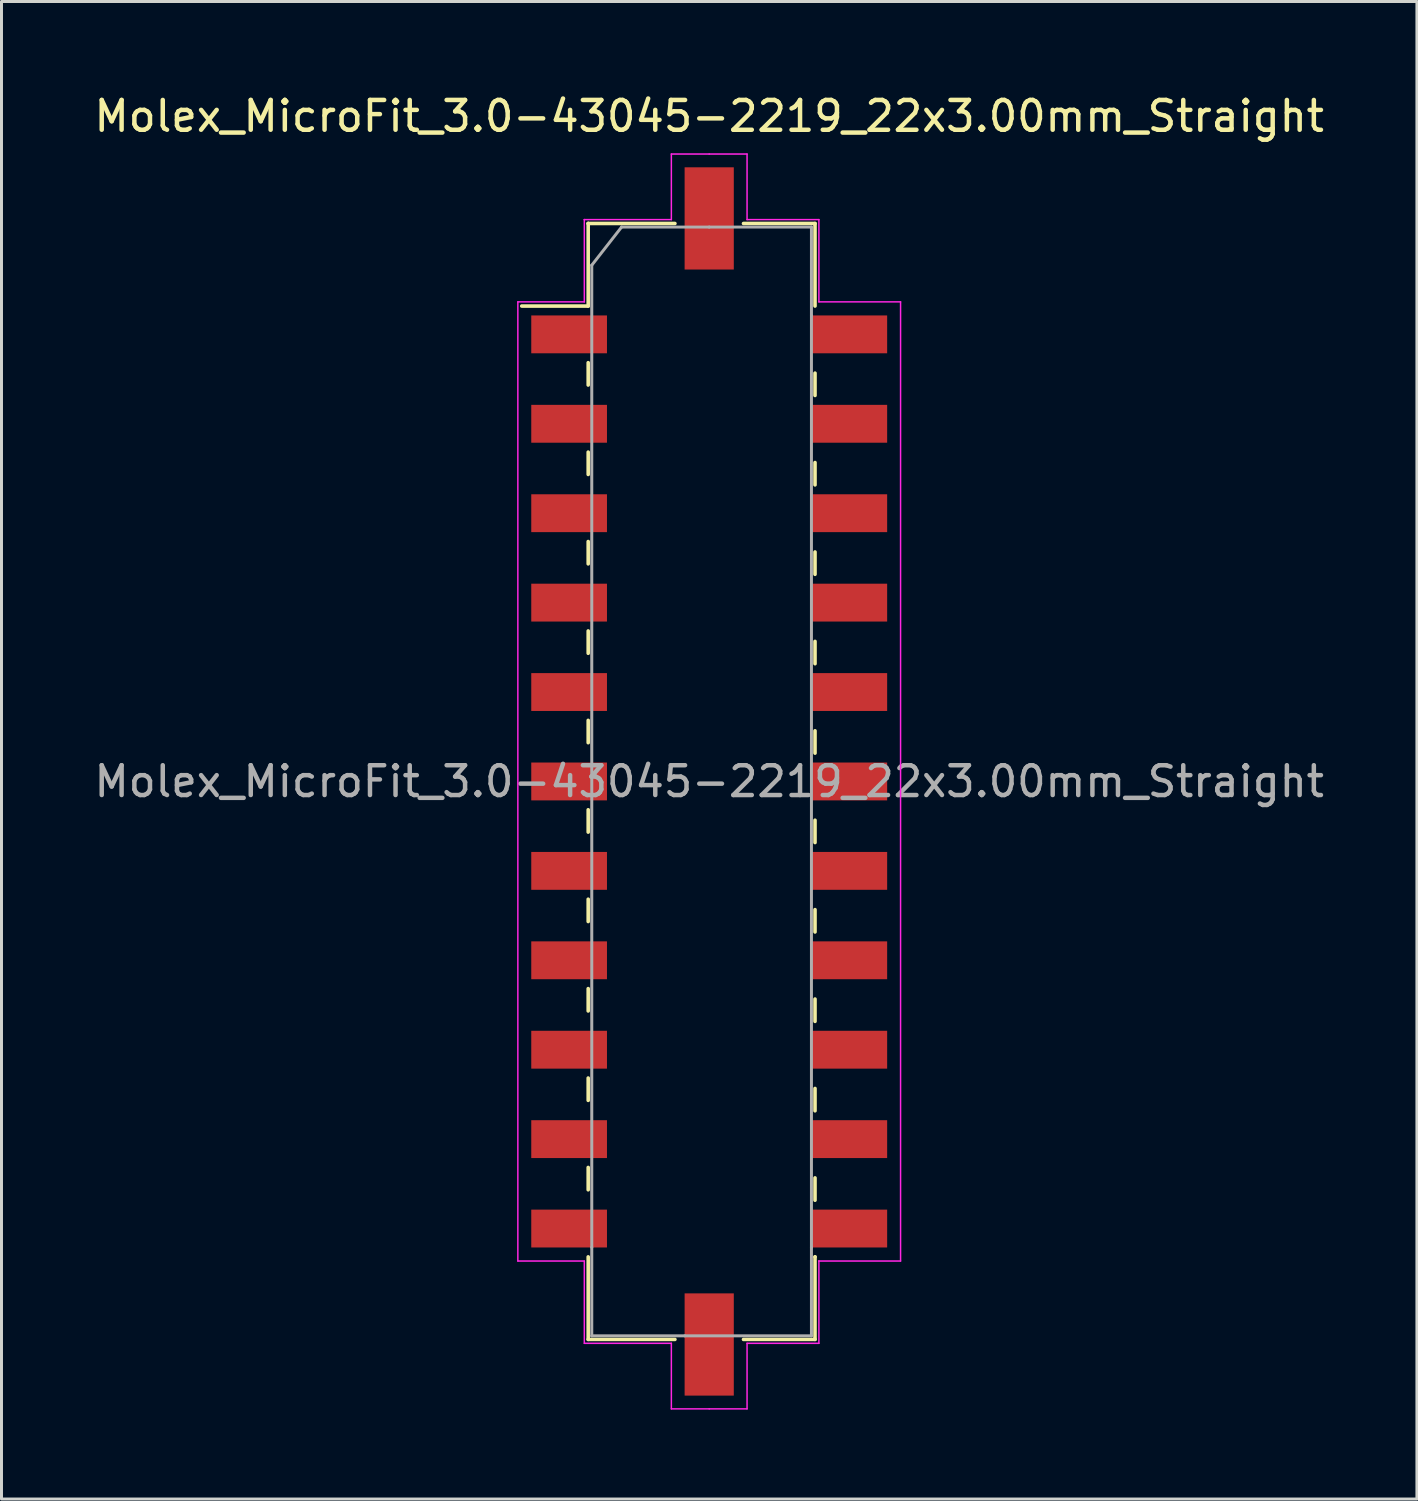
<source format=kicad_pcb>
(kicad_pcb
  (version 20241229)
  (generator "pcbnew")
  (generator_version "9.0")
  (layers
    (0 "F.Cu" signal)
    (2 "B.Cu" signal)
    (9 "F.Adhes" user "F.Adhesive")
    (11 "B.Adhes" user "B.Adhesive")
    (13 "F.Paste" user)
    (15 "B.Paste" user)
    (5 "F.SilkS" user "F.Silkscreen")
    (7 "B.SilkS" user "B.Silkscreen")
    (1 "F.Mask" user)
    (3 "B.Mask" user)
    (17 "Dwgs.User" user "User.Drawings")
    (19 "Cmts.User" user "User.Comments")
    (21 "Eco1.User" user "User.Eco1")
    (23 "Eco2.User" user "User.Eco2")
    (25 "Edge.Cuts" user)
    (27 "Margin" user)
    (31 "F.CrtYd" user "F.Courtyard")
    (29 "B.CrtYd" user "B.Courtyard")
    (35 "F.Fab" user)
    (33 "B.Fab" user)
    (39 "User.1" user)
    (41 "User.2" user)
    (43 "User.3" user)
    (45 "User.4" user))
  (footprint "Molex_MicroFit_3.0-43045-2219_22x3.00mm_Straight"
    (layer "F.Cu")
    (at 20.744 23.168)
    (property "Reference" "Molex_MicroFit_3.0-43045-2219_22x3.00mm_Straight" (at 0 -22.32 0) (layer "F.SilkS") (effects (font (size 1 1) (thickness 0.15))))
    (attr smd)
    (fp_line (start -6.29 -15.95) (end -4.06 -15.95) (stroke (width 0.12) (type solid)) (layer "F.SilkS"))
    (fp_line (start -4.06 -18.72) (end -4.06 -18.72) (stroke (width 0.12) (type solid)) (layer "F.SilkS"))
    (fp_line (start -4.06 -18.72) (end -1.15 -18.72) (stroke (width 0.12) (type solid)) (layer "F.SilkS"))
    (fp_line (start -4.06 -15.95) (end -4.06 -18.72) (stroke (width 0.12) (type solid)) (layer "F.SilkS"))
    (fp_line (start -4.06 -14.05) (end -4.06 -13.3) (stroke (width 0.12) (type solid)) (layer "F.SilkS"))
    (fp_line (start -4.06 -11.05) (end -4.06 -10.3) (stroke (width 0.12) (type solid)) (layer "F.SilkS"))
    (fp_line (start -4.06 -8.05) (end -4.06 -7.3) (stroke (width 0.12) (type solid)) (layer "F.SilkS"))
    (fp_line (start -4.06 -5.05) (end -4.06 -4.3) (stroke (width 0.12) (type solid)) (layer "F.SilkS"))
    (fp_line (start -4.06 -2.05) (end -4.06 -1.3) (stroke (width 0.12) (type solid)) (layer "F.SilkS"))
    (fp_line (start -4.06 0.95) (end -4.06 1.7) (stroke (width 0.12) (type solid)) (layer "F.SilkS"))
    (fp_line (start -4.06 3.95) (end -4.06 4.7) (stroke (width 0.12) (type solid)) (layer "F.SilkS"))
    (fp_line (start -4.06 6.95) (end -4.06 7.7) (stroke (width 0.12) (type solid)) (layer "F.SilkS"))
    (fp_line (start -4.06 9.95) (end -4.06 10.7) (stroke (width 0.12) (type solid)) (layer "F.SilkS"))
    (fp_line (start -4.06 12.95) (end -4.06 13.7) (stroke (width 0.12) (type solid)) (layer "F.SilkS"))
    (fp_line (start -4.06 18.72) (end -4.06 15.95) (stroke (width 0.12) (type solid)) (layer "F.SilkS"))
    (fp_line (start -1.15 18.72) (end -4.06 18.72) (stroke (width 0.12) (type solid)) (layer "F.SilkS"))
    (fp_line (start 1.15 -18.72) (end 3.55 -18.72) (stroke (width 0.12) (type solid)) (layer "F.SilkS"))
    (fp_line (start 3.55 -18.72) (end 3.55 -15.95) (stroke (width 0.12) (type solid)) (layer "F.SilkS"))
    (fp_line (start 3.55 -12.95) (end 3.55 -13.7) (stroke (width 0.12) (type solid)) (layer "F.SilkS"))
    (fp_line (start 3.55 -9.95) (end 3.55 -10.7) (stroke (width 0.12) (type solid)) (layer "F.SilkS"))
    (fp_line (start 3.55 -6.95) (end 3.55 -7.7) (stroke (width 0.12) (type solid)) (layer "F.SilkS"))
    (fp_line (start 3.55 -3.95) (end 3.55 -4.7) (stroke (width 0.12) (type solid)) (layer "F.SilkS"))
    (fp_line (start 3.55 -0.95) (end 3.55 -1.7) (stroke (width 0.12) (type solid)) (layer "F.SilkS"))
    (fp_line (start 3.55 2.05) (end 3.55 1.3) (stroke (width 0.12) (type solid)) (layer "F.SilkS"))
    (fp_line (start 3.55 5.05) (end 3.55 4.3) (stroke (width 0.12) (type solid)) (layer "F.SilkS"))
    (fp_line (start 3.55 8.05) (end 3.55 7.3) (stroke (width 0.12) (type solid)) (layer "F.SilkS"))
    (fp_line (start 3.55 11.05) (end 3.55 10.3) (stroke (width 0.12) (type solid)) (layer "F.SilkS"))
    (fp_line (start 3.55 14.05) (end 3.55 13.3) (stroke (width 0.12) (type solid)) (layer "F.SilkS"))
    (fp_line (start 3.55 15.95) (end 3.55 15.95) (stroke (width 0.12) (type solid)) (layer "F.SilkS"))
    (fp_line (start 3.55 15.95) (end 3.55 18.72) (stroke (width 0.12) (type solid)) (layer "F.SilkS"))
    (fp_line (start 3.55 18.72) (end 1.15 18.72) (stroke (width 0.12) (type solid)) (layer "F.SilkS"))
    (fp_line (start -6.42 -16.09) (end -4.19 -16.09) (stroke (width 0.05) (type solid)) (layer "F.CrtYd"))
    (fp_line (start -6.42 16.09) (end -6.42 -16.09) (stroke (width 0.05) (type solid)) (layer "F.CrtYd"))
    (fp_line (start -4.19 -18.85) (end -4.19 -18.85) (stroke (width 0.05) (type solid)) (layer "F.CrtYd"))
    (fp_line (start -4.19 -18.85) (end -1.27 -18.85) (stroke (width 0.05) (type solid)) (layer "F.CrtYd"))
    (fp_line (start -4.19 -16.09) (end -4.19 -18.85) (stroke (width 0.05) (type solid)) (layer "F.CrtYd"))
    (fp_line (start -4.19 16.09) (end -6.42 16.09) (stroke (width 0.05) (type solid)) (layer "F.CrtYd"))
    (fp_line (start -4.19 18.85) (end -4.19 16.09) (stroke (width 0.05) (type solid)) (layer "F.CrtYd"))
    (fp_line (start -1.27 -21.05) (end 0 -21.05) (stroke (width 0.05) (type solid)) (layer "F.CrtYd"))
    (fp_line (start -1.27 -18.85) (end -1.27 -21.05) (stroke (width 0.05) (type solid)) (layer "F.CrtYd"))
    (fp_line (start -1.27 18.85) (end -4.19 18.85) (stroke (width 0.05) (type solid)) (layer "F.CrtYd"))
    (fp_line (start -1.27 21.05) (end -1.27 18.85) (stroke (width 0.05) (type solid)) (layer "F.CrtYd"))
    (fp_line (start 0 -21.05) (end 1.27 -21.05) (stroke (width 0.05) (type solid)) (layer "F.CrtYd"))
    (fp_line (start 0 21.05) (end -1.27 21.05) (stroke (width 0.05) (type solid)) (layer "F.CrtYd"))
    (fp_line (start 1.27 -21.05) (end 1.27 -18.85) (stroke (width 0.05) (type solid)) (layer "F.CrtYd"))
    (fp_line (start 1.27 -18.85) (end 3.68 -18.85) (stroke (width 0.05) (type solid)) (layer "F.CrtYd"))
    (fp_line (start 1.27 18.85) (end 1.27 21.05) (stroke (width 0.05) (type solid)) (layer "F.CrtYd"))
    (fp_line (start 1.27 21.05) (end 0 21.05) (stroke (width 0.05) (type solid)) (layer "F.CrtYd"))
    (fp_line (start 3.68 -18.85) (end 3.68 -16.09) (stroke (width 0.05) (type solid)) (layer "F.CrtYd"))
    (fp_line (start 3.68 -16.09) (end 6.42 -16.09) (stroke (width 0.05) (type solid)) (layer "F.CrtYd"))
    (fp_line (start 3.68 16.09) (end 3.68 16.09) (stroke (width 0.05) (type solid)) (layer "F.CrtYd"))
    (fp_line (start 3.68 16.09) (end 3.68 18.85) (stroke (width 0.05) (type solid)) (layer "F.CrtYd"))
    (fp_line (start 3.68 18.85) (end 1.27 18.85) (stroke (width 0.05) (type solid)) (layer "F.CrtYd"))
    (fp_line (start 6.42 -16.09) (end 6.42 16.09) (stroke (width 0.05) (type solid)) (layer "F.CrtYd"))
    (fp_line (start 6.42 16.09) (end 3.68 16.09) (stroke (width 0.05) (type solid)) (layer "F.CrtYd"))
    (fp_line (start -3.94 -17.32) (end -2.94 -18.6) (stroke (width 0.1) (type solid)) (layer "F.Fab"))
    (fp_line (start -3.94 15.63) (end -3.94 -17.32) (stroke (width 0.1) (type solid)) (layer "F.Fab"))
    (fp_line (start -3.94 18.6) (end -3.94 15.63) (stroke (width 0.1) (type solid)) (layer "F.Fab"))
    (fp_line (start -2.94 -18.6) (end 0 -18.6) (stroke (width 0.1) (type solid)) (layer "F.Fab"))
    (fp_line (start -0.82 18.6) (end -3.94 18.6) (stroke (width 0.1) (type solid)) (layer "F.Fab"))
    (fp_line (start 0 -18.6) (end 3.43 -18.6) (stroke (width 0.1) (type solid)) (layer "F.Fab"))
    (fp_line (start 3.43 -18.6) (end 3.43 -15.63) (stroke (width 0.1) (type solid)) (layer "F.Fab"))
    (fp_line (start 3.43 -15.63) (end 3.43 15.63) (stroke (width 0.1) (type solid)) (layer "F.Fab"))
    (fp_line (start 3.43 15.63) (end 3.43 18.6) (stroke (width 0.1) (type solid)) (layer "F.Fab"))
    (fp_line (start 3.43 18.6) (end -0.82 18.6) (stroke (width 0.1) (type solid)) (layer "F.Fab"))
    (fp_text user "${REFERENCE}" (at 0 0 0) (layer "F.Fab") (effects (font (size 1 1) (thickness 0.15))))
    (pad "" smd rect (at 0 -18.89) (size 1.65 3.43) (layers "F.Cu" "F.Mask" "F.Paste"))
    (pad "" smd rect (at 0 18.89) (size 1.65 3.43) (layers "F.Cu" "F.Mask" "F.Paste"))
    (pad "1" smd rect (at -4.7 -15) (size 2.54 1.27) (layers "F.Cu" "F.Mask" "F.Paste"))
    (pad "2" smd rect (at -4.7 -12) (size 2.54 1.27) (layers "F.Cu" "F.Mask" "F.Paste"))
    (pad "3" smd rect (at -4.7 -9) (size 2.54 1.27) (layers "F.Cu" "F.Mask" "F.Paste"))
    (pad "4" smd rect (at -4.7 -6) (size 2.54 1.27) (layers "F.Cu" "F.Mask" "F.Paste"))
    (pad "5" smd rect (at -4.7 -3) (size 2.54 1.27) (layers "F.Cu" "F.Mask" "F.Paste"))
    (pad "6" smd rect (at -4.7 0) (size 2.54 1.27) (layers "F.Cu" "F.Mask" "F.Paste"))
    (pad "7" smd rect (at -4.7 3) (size 2.54 1.27) (layers "F.Cu" "F.Mask" "F.Paste"))
    (pad "8" smd rect (at -4.7 6) (size 2.54 1.27) (layers "F.Cu" "F.Mask" "F.Paste"))
    (pad "9" smd rect (at -4.7 9) (size 2.54 1.27) (layers "F.Cu" "F.Mask" "F.Paste"))
    (pad "10" smd rect (at -4.7 12) (size 2.54 1.27) (layers "F.Cu" "F.Mask" "F.Paste"))
    (pad "11" smd rect (at -4.7 15) (size 2.54 1.27) (layers "F.Cu" "F.Mask" "F.Paste"))
    (pad "12" smd rect (at 4.7 15) (size 2.54 1.27) (layers "F.Cu" "F.Mask" "F.Paste"))
    (pad "13" smd rect (at 4.7 12) (size 2.54 1.27) (layers "F.Cu" "F.Mask" "F.Paste"))
    (pad "14" smd rect (at 4.7 9) (size 2.54 1.27) (layers "F.Cu" "F.Mask" "F.Paste"))
    (pad "15" smd rect (at 4.7 6) (size 2.54 1.27) (layers "F.Cu" "F.Mask" "F.Paste"))
    (pad "16" smd rect (at 4.7 3) (size 2.54 1.27) (layers "F.Cu" "F.Mask" "F.Paste"))
    (pad "17" smd rect (at 4.7 0) (size 2.54 1.27) (layers "F.Cu" "F.Mask" "F.Paste"))
    (pad "18" smd rect (at 4.7 -3) (size 2.54 1.27) (layers "F.Cu" "F.Mask" "F.Paste"))
    (pad "19" smd rect (at 4.7 -6) (size 2.54 1.27) (layers "F.Cu" "F.Mask" "F.Paste"))
    (pad "20" smd rect (at 4.7 -9) (size 2.54 1.27) (layers "F.Cu" "F.Mask" "F.Paste"))
    (pad "21" smd rect (at 4.7 -12) (size 2.54 1.27) (layers "F.Cu" "F.Mask" "F.Paste"))
    (pad "22" smd rect (at 4.7 -15) (size 2.54 1.27) (layers "F.Cu" "F.Mask" "F.Paste")))
  (gr_rect
    (start -3 -3)
    (end 44.488 47.243)
    (stroke (width 0.1) (type default))
    (fill no)
    (layer "Edge.Cuts")))
</source>
